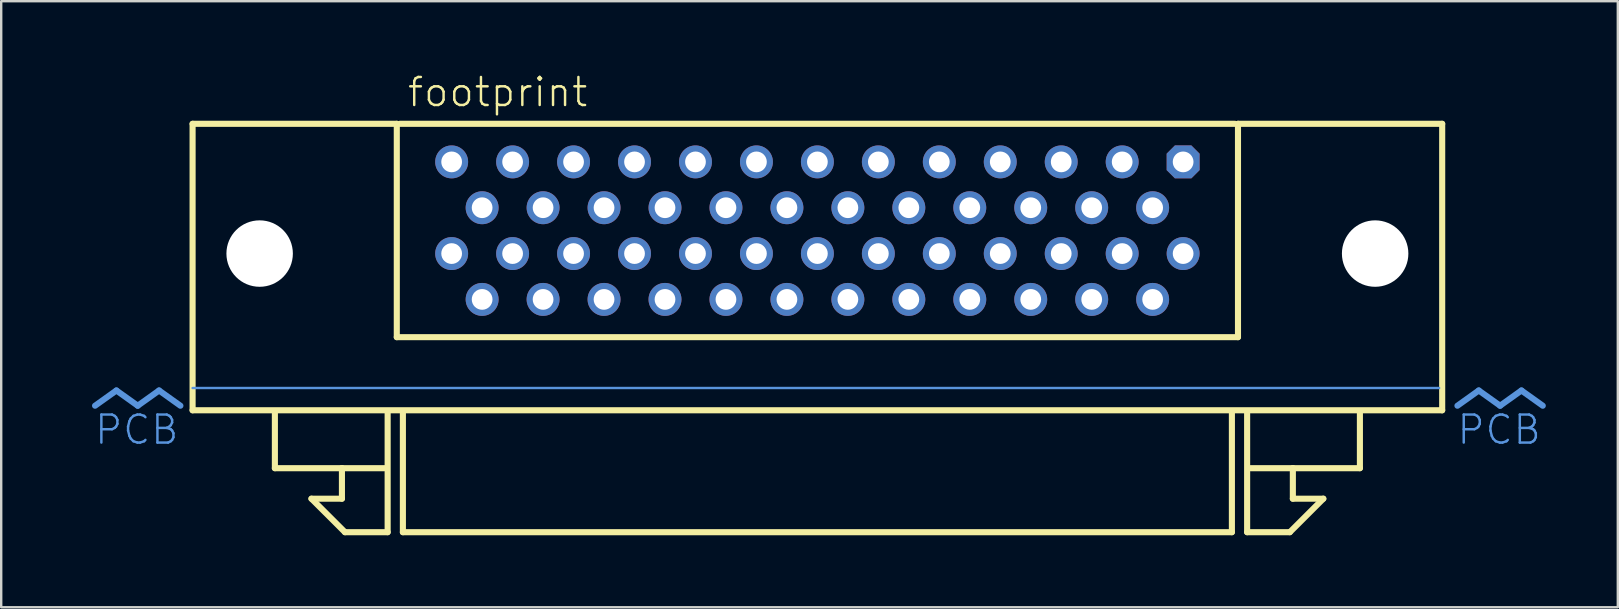
<source format=kicad_pcb>
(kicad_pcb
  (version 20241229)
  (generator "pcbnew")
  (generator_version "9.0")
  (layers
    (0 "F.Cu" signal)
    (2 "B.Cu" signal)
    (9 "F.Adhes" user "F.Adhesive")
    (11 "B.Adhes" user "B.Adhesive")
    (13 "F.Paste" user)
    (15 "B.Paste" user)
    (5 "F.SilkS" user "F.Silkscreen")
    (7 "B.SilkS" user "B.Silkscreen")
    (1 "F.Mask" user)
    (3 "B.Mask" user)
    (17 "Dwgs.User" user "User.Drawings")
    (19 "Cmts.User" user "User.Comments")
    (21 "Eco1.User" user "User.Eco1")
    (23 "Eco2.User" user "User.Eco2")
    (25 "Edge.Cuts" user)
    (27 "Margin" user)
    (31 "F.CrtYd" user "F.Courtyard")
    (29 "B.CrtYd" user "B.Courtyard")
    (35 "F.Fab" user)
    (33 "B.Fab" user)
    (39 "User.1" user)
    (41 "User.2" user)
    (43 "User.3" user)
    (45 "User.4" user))
  (footprint "footprint"
    (layer "F.Cu")
    (at 31.01 12.586)
    (property "Reference" "footprint" (at -17.145 -11.113 0) (layer "F.SilkS") (effects (font (size 1.168 1.168) (thickness 0.102)) (justify left bottom)))
    (fp_line (start -26.035 -10.477) (end -17.526 -10.477) (stroke (width 0.254) (type solid)) (layer "F.SilkS"))
    (fp_line (start -26.035 1.46) (end -26.035 -10.477) (stroke (width 0.254) (type solid)) (layer "F.SilkS"))
    (fp_line (start -22.606 3.873) (end -22.606 1.587) (stroke (width 0.254) (type solid)) (layer "F.SilkS"))
    (fp_line (start -21.082 5.144) (end -19.812 5.144) (stroke (width 0.254) (type solid)) (layer "F.SilkS"))
    (fp_line (start -19.812 3.873) (end -22.606 3.873) (stroke (width 0.254) (type solid)) (layer "F.SilkS"))
    (fp_line (start -19.812 3.873) (end -18.034 3.873) (stroke (width 0.254) (type solid)) (layer "F.SilkS"))
    (fp_line (start -19.812 5.144) (end -19.812 3.873) (stroke (width 0.254) (type solid)) (layer "F.SilkS"))
    (fp_line (start -19.685 6.54) (end -21.082 5.144) (stroke (width 0.254) (type solid)) (layer "F.SilkS"))
    (fp_line (start -17.907 1.587) (end -17.907 6.54) (stroke (width 0.254) (type solid)) (layer "F.SilkS"))
    (fp_line (start -17.907 6.54) (end -19.685 6.54) (stroke (width 0.254) (type solid)) (layer "F.SilkS"))
    (fp_line (start -17.526 -10.477) (end -17.526 -1.587) (stroke (width 0.254) (type solid)) (layer "F.SilkS"))
    (fp_line (start -17.526 -1.587) (end 17.526 -1.587) (stroke (width 0.254) (type solid)) (layer "F.SilkS"))
    (fp_line (start -17.399 -10.477) (end 17.399 -10.477) (stroke (width 0.254) (type solid)) (layer "F.SilkS"))
    (fp_line (start -17.272 6.54) (end -17.272 1.587) (stroke (width 0.254) (type solid)) (layer "F.SilkS"))
    (fp_line (start 17.272 1.587) (end 17.272 6.54) (stroke (width 0.254) (type solid)) (layer "F.SilkS"))
    (fp_line (start 17.272 6.54) (end -17.272 6.54) (stroke (width 0.254) (type solid)) (layer "F.SilkS"))
    (fp_line (start 17.526 -10.477) (end 26.035 -10.477) (stroke (width 0.254) (type solid)) (layer "F.SilkS"))
    (fp_line (start 17.526 -1.587) (end 17.526 -10.477) (stroke (width 0.254) (type solid)) (layer "F.SilkS"))
    (fp_line (start 17.907 1.587) (end 17.907 6.54) (stroke (width 0.254) (type solid)) (layer "F.SilkS"))
    (fp_line (start 17.907 6.54) (end 19.685 6.54) (stroke (width 0.254) (type solid)) (layer "F.SilkS"))
    (fp_line (start 19.685 6.54) (end 21.082 5.144) (stroke (width 0.254) (type solid)) (layer "F.SilkS"))
    (fp_line (start 19.812 3.873) (end 18.034 3.873) (stroke (width 0.254) (type solid)) (layer "F.SilkS"))
    (fp_line (start 19.812 3.873) (end 22.606 3.873) (stroke (width 0.254) (type solid)) (layer "F.SilkS"))
    (fp_line (start 19.812 5.144) (end 19.812 3.873) (stroke (width 0.254) (type solid)) (layer "F.SilkS"))
    (fp_line (start 21.082 5.144) (end 19.812 5.144) (stroke (width 0.254) (type solid)) (layer "F.SilkS"))
    (fp_line (start 22.606 3.873) (end 22.606 1.587) (stroke (width 0.254) (type solid)) (layer "F.SilkS"))
    (fp_line (start 26.035 -10.477) (end 26.035 1.46) (stroke (width 0.254) (type solid)) (layer "F.SilkS"))
    (fp_line (start 26.035 1.46) (end -26.035 1.46) (stroke (width 0.254) (type solid)) (layer "F.SilkS"))
    (fp_line (start -29.21 0.635) (end -30.099 1.27) (stroke (width 0.254) (type solid)) (layer "Cmts.User"))
    (fp_line (start -29.21 0.635) (end -28.321 1.27) (stroke (width 0.254) (type solid)) (layer "Cmts.User"))
    (fp_line (start -27.432 0.635) (end -28.321 1.27) (stroke (width 0.254) (type solid)) (layer "Cmts.User"))
    (fp_line (start -27.432 0.635) (end -26.543 1.27) (stroke (width 0.254) (type solid)) (layer "Cmts.User"))
    (fp_line (start -26.035 0.533) (end 25.908 0.533) (stroke (width 0.1) (type solid)) (layer "Cmts.User"))
    (fp_line (start 27.559 0.635) (end 26.67 1.27) (stroke (width 0.254) (type solid)) (layer "Cmts.User"))
    (fp_line (start 27.559 0.635) (end 28.448 1.27) (stroke (width 0.254) (type solid)) (layer "Cmts.User"))
    (fp_line (start 29.337 0.635) (end 28.448 1.27) (stroke (width 0.254) (type solid)) (layer "Cmts.User"))
    (fp_line (start 29.337 0.635) (end 30.226 1.27) (stroke (width 0.254) (type solid)) (layer "Cmts.User"))
    (fp_text user "PCB" (at 30.226 1.587 0) (layer "Cmts.User") (effects (font (size 1.168 1.168) (thickness 0.102)) (justify right top)))
    (fp_text user " PCB" (at -26.543 1.587 0) (layer "Cmts.User") (effects (font (size 1.168 1.168) (thickness 0.102)) (justify right top)))
    (pad "" np_thru_hole circle (at -23.241 -5.07) (size 2.769 2.769) (drill 2.769) (layers "*.Cu" "*.Mask"))
    (pad "" np_thru_hole circle (at 23.241 -5.07) (size 2.769 2.769) (drill 2.769) (layers "*.Cu" "*.Mask"))
    (pad "1" thru_hole roundrect (at 15.24 -8.89) (size 1.372 1.372) (drill 0.864) (layers "*.Cu" "*.Mask") (roundrect_rratio 0.25) (chamfer_ratio 0.25) (chamfer top_left top_right bottom_left bottom_right))
    (pad "2" thru_hole circle (at 13.97 -6.98) (size 1.372 1.372) (drill 0.864) (layers "*.Cu" "*.Mask"))
    (pad "3" thru_hole circle (at 12.7 -8.89) (size 1.372 1.372) (drill 0.864) (layers "*.Cu" "*.Mask"))
    (pad "4" thru_hole circle (at 11.43 -6.98) (size 1.372 1.372) (drill 0.864) (layers "*.Cu" "*.Mask"))
    (pad "5" thru_hole circle (at 10.16 -8.89) (size 1.372 1.372) (drill 0.864) (layers "*.Cu" "*.Mask"))
    (pad "6" thru_hole circle (at 8.89 -6.98) (size 1.372 1.372) (drill 0.864) (layers "*.Cu" "*.Mask"))
    (pad "7" thru_hole circle (at 7.62 -8.89) (size 1.372 1.372) (drill 0.864) (layers "*.Cu" "*.Mask"))
    (pad "8" thru_hole circle (at 6.35 -6.98) (size 1.372 1.372) (drill 0.864) (layers "*.Cu" "*.Mask"))
    (pad "9" thru_hole circle (at 5.08 -8.89) (size 1.372 1.372) (drill 0.864) (layers "*.Cu" "*.Mask"))
    (pad "10" thru_hole circle (at 3.81 -6.98) (size 1.372 1.372) (drill 0.864) (layers "*.Cu" "*.Mask"))
    (pad "11" thru_hole circle (at 2.54 -8.89) (size 1.372 1.372) (drill 0.864) (layers "*.Cu" "*.Mask"))
    (pad "12" thru_hole circle (at 1.27 -6.98) (size 1.372 1.372) (drill 0.864) (layers "*.Cu" "*.Mask"))
    (pad "13" thru_hole circle (at 0 -8.89) (size 1.372 1.372) (drill 0.864) (layers "*.Cu" "*.Mask"))
    (pad "14" thru_hole circle (at -1.27 -6.98) (size 1.372 1.372) (drill 0.864) (layers "*.Cu" "*.Mask"))
    (pad "15" thru_hole circle (at -2.54 -8.89) (size 1.372 1.372) (drill 0.864) (layers "*.Cu" "*.Mask"))
    (pad "16" thru_hole circle (at -3.81 -6.98) (size 1.372 1.372) (drill 0.864) (layers "*.Cu" "*.Mask"))
    (pad "17" thru_hole circle (at -5.08 -8.89) (size 1.372 1.372) (drill 0.864) (layers "*.Cu" "*.Mask"))
    (pad "18" thru_hole circle (at -6.35 -6.98) (size 1.372 1.372) (drill 0.864) (layers "*.Cu" "*.Mask"))
    (pad "19" thru_hole circle (at -7.62 -8.89) (size 1.372 1.372) (drill 0.864) (layers "*.Cu" "*.Mask"))
    (pad "20" thru_hole circle (at -8.89 -6.98) (size 1.372 1.372) (drill 0.864) (layers "*.Cu" "*.Mask"))
    (pad "21" thru_hole circle (at -10.16 -8.89) (size 1.372 1.372) (drill 0.864) (layers "*.Cu" "*.Mask"))
    (pad "22" thru_hole circle (at -11.43 -6.98) (size 1.372 1.372) (drill 0.864) (layers "*.Cu" "*.Mask"))
    (pad "23" thru_hole circle (at -12.7 -8.89) (size 1.372 1.372) (drill 0.864) (layers "*.Cu" "*.Mask"))
    (pad "24" thru_hole circle (at -13.97 -6.98) (size 1.372 1.372) (drill 0.864) (layers "*.Cu" "*.Mask"))
    (pad "25" thru_hole circle (at -15.24 -8.89) (size 1.372 1.372) (drill 0.864) (layers "*.Cu" "*.Mask"))
    (pad "26" thru_hole circle (at 15.24 -5.07) (size 1.372 1.372) (drill 0.864) (layers "*.Cu" "*.Mask"))
    (pad "27" thru_hole circle (at 13.97 -3.16) (size 1.372 1.372) (drill 0.864) (layers "*.Cu" "*.Mask"))
    (pad "28" thru_hole circle (at 12.7 -5.07) (size 1.372 1.372) (drill 0.864) (layers "*.Cu" "*.Mask"))
    (pad "29" thru_hole circle (at 11.43 -3.16) (size 1.372 1.372) (drill 0.864) (layers "*.Cu" "*.Mask"))
    (pad "30" thru_hole circle (at 10.16 -5.07) (size 1.372 1.372) (drill 0.864) (layers "*.Cu" "*.Mask"))
    (pad "31" thru_hole circle (at 8.89 -3.16) (size 1.372 1.372) (drill 0.864) (layers "*.Cu" "*.Mask"))
    (pad "32" thru_hole circle (at 7.62 -5.07) (size 1.372 1.372) (drill 0.864) (layers "*.Cu" "*.Mask"))
    (pad "33" thru_hole circle (at 6.35 -3.16) (size 1.372 1.372) (drill 0.864) (layers "*.Cu" "*.Mask"))
    (pad "34" thru_hole circle (at 5.08 -5.07) (size 1.372 1.372) (drill 0.864) (layers "*.Cu" "*.Mask"))
    (pad "35" thru_hole circle (at 3.81 -3.16) (size 1.372 1.372) (drill 0.864) (layers "*.Cu" "*.Mask"))
    (pad "36" thru_hole circle (at 2.54 -5.07) (size 1.372 1.372) (drill 0.864) (layers "*.Cu" "*.Mask"))
    (pad "37" thru_hole circle (at 1.27 -3.16) (size 1.372 1.372) (drill 0.864) (layers "*.Cu" "*.Mask"))
    (pad "38" thru_hole circle (at 0 -5.07) (size 1.372 1.372) (drill 0.864) (layers "*.Cu" "*.Mask"))
    (pad "39" thru_hole circle (at -1.27 -3.16) (size 1.372 1.372) (drill 0.864) (layers "*.Cu" "*.Mask"))
    (pad "40" thru_hole circle (at -2.54 -5.07) (size 1.372 1.372) (drill 0.864) (layers "*.Cu" "*.Mask"))
    (pad "41" thru_hole circle (at -3.81 -3.16) (size 1.372 1.372) (drill 0.864) (layers "*.Cu" "*.Mask"))
    (pad "42" thru_hole circle (at -5.08 -5.07) (size 1.372 1.372) (drill 0.864) (layers "*.Cu" "*.Mask"))
    (pad "43" thru_hole circle (at -6.35 -3.16) (size 1.372 1.372) (drill 0.864) (layers "*.Cu" "*.Mask"))
    (pad "44" thru_hole circle (at -7.62 -5.07) (size 1.372 1.372) (drill 0.864) (layers "*.Cu" "*.Mask"))
    (pad "45" thru_hole circle (at -8.89 -3.16) (size 1.372 1.372) (drill 0.864) (layers "*.Cu" "*.Mask"))
    (pad "46" thru_hole circle (at -10.16 -5.07) (size 1.372 1.372) (drill 0.864) (layers "*.Cu" "*.Mask"))
    (pad "47" thru_hole circle (at -11.43 -3.16) (size 1.372 1.372) (drill 0.864) (layers "*.Cu" "*.Mask"))
    (pad "48" thru_hole circle (at -12.7 -5.07) (size 1.372 1.372) (drill 0.864) (layers "*.Cu" "*.Mask"))
    (pad "49" thru_hole circle (at -13.97 -3.16) (size 1.372 1.372) (drill 0.864) (layers "*.Cu" "*.Mask"))
    (pad "50" thru_hole circle (at -15.24 -5.07) (size 1.372 1.372) (drill 0.864) (layers "*.Cu" "*.Mask")))
  (gr_rect
    (start -3 -3)
    (end 64.363 22.253)
    (stroke (width 0.1) (type default))
    (fill no)
    (layer "Edge.Cuts")))
</source>
